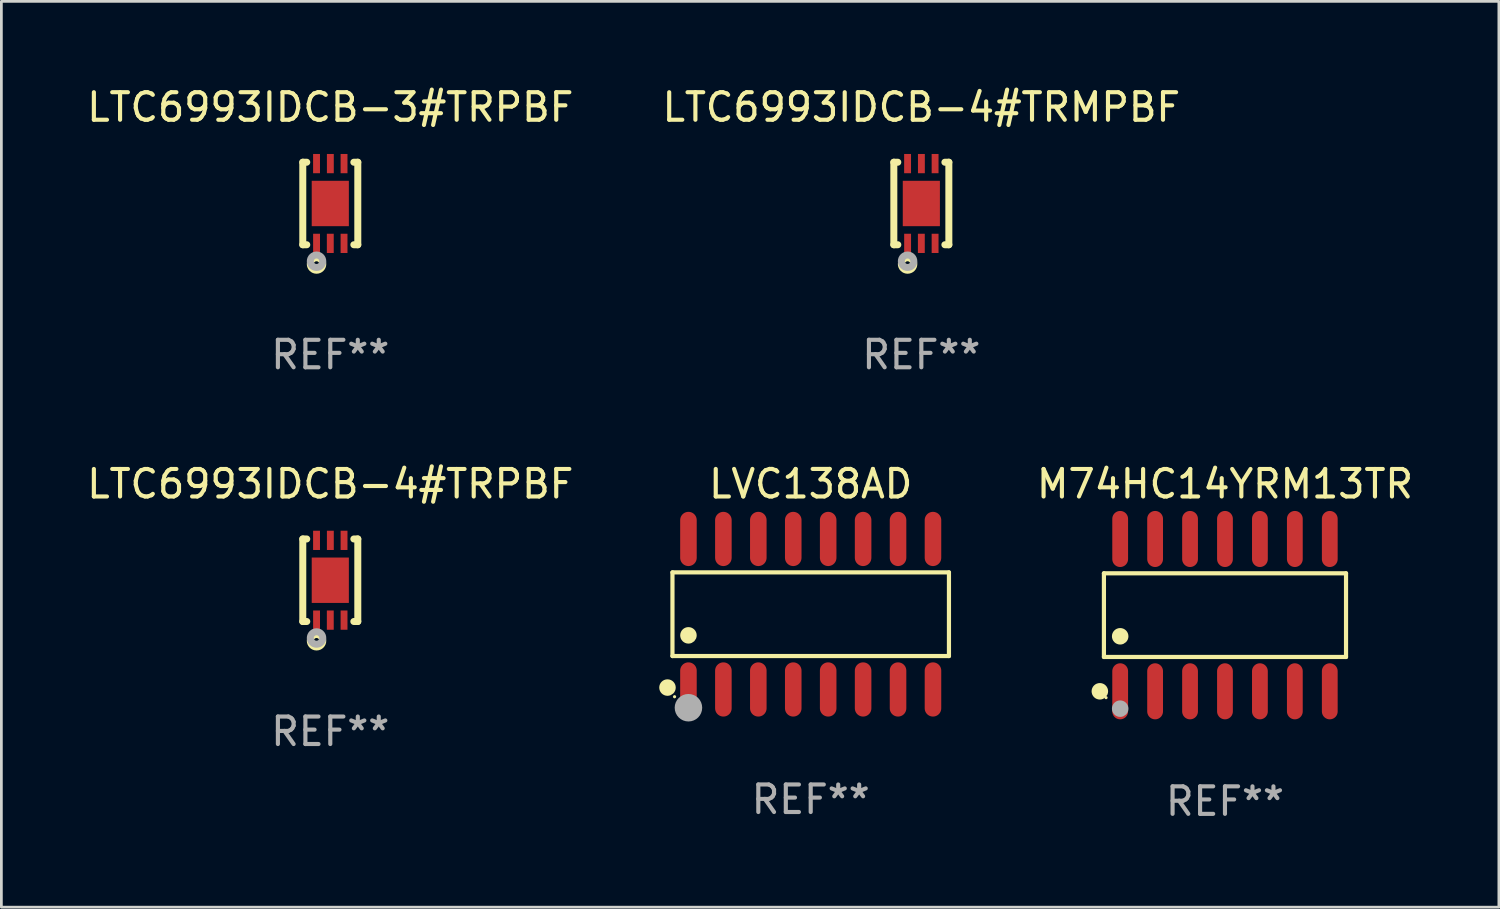
<source format=kicad_pcb>
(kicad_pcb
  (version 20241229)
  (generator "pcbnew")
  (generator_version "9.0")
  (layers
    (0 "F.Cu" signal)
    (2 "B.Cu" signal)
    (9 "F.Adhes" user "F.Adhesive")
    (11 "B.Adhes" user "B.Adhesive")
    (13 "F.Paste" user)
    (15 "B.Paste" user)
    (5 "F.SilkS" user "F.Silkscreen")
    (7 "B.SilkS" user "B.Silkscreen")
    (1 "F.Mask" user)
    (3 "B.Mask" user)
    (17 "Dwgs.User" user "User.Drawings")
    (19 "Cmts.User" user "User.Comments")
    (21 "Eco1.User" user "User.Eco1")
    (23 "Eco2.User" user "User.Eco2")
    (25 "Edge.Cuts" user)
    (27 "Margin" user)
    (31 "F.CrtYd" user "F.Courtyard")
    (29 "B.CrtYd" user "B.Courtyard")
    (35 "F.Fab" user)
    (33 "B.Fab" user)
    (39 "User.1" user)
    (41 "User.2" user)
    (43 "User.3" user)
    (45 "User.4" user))
  (footprint "LTC6993IDCB-4#TRPBF"
    (layer "F.Cu")
    (at 8.958 18.045)
    (property "Reference" "LTC6993IDCB-4#TRPBF" (at 0 -3.5 0) (layer "F.SilkS") (effects (font (size 1 1) (thickness 0.15))))
    (attr through_hole)
    (fp_line (start -1 1.5) (end -1 -1.5) (stroke (width 0.254) (type solid)) (layer "F.SilkS"))
    (fp_line (start -0.856 -1.5) (end -1 -1.5) (stroke (width 0.254) (type solid)) (layer "F.SilkS"))
    (fp_line (start -0.855 1.5) (end -1 1.5) (stroke (width 0.254) (type solid)) (layer "F.SilkS"))
    (fp_line (start 1 -1.5) (end 0.856 -1.5) (stroke (width 0.254) (type solid)) (layer "F.SilkS"))
    (fp_line (start 1 1.5) (end 0.856 1.5) (stroke (width 0.254) (type solid)) (layer "F.SilkS"))
    (fp_line (start 1 1.5) (end 1 -1.5) (stroke (width 0.254) (type solid)) (layer "F.SilkS"))
    (fp_circle (center -1 1.5) (end -0.97 1.5) (stroke (width 0.06) (type solid)) (fill no) (layer "F.SilkS"))
    (fp_circle (center -0.5 2.2) (end -0.4 2.2) (stroke (width 0.254) (type solid)) (fill no) (layer "F.SilkS"))
    (fp_circle (center -0.5 2.1) (end -0.4 2.1) (stroke (width 0.254) (type solid)) (fill no) (layer "F.Fab"))
    (fp_text user "REF**" (at 0 5.5 0) (layer "F.Fab") (effects (font (size 1 1) (thickness 0.15))))
    (pad "1" smd rect (at -0.499 1.45 180) (size 0.25 0.7) (layers "F.Cu" "F.Mask" "F.Paste"))
    (pad "2" smd rect (at 0.000025 1.45 180) (size 0.25 0.7) (layers "F.Cu" "F.Mask" "F.Paste"))
    (pad "3" smd rect (at 0.5 1.45 180) (size 0.25 0.7) (layers "F.Cu" "F.Mask" "F.Paste"))
    (pad "4" smd rect (at 0.5 -1.45 180) (size 0.25 0.7) (layers "F.Cu" "F.Mask" "F.Paste"))
    (pad "5" smd rect (at 0.002 -1.45 180) (size 0.25 0.7) (layers "F.Cu" "F.Mask" "F.Paste"))
    (pad "6" smd rect (at -0.5 -1.45 180) (size 0.25 0.7) (layers "F.Cu" "F.Mask" "F.Paste"))
    (pad "7" smd rect (at 0.000025 0.000038 180) (size 1.35 1.65) (layers "F.Cu" "F.Mask" "F.Paste")))
  (footprint "LVC138AD"
    (layer "F.Cu")
    (at 26.424 19.28)
    (property "Reference" "LVC138AD" (at 0 -4.736 0) (layer "F.SilkS") (effects (font (size 1 1) (thickness 0.15))))
    (attr through_hole)
    (fp_line (start -5.026 -1.521) (end 5.026 -1.521) (stroke (width 0.152) (type solid)) (layer "F.SilkS"))
    (fp_line (start -5.026 1.521) (end -5.026 -1.521) (stroke (width 0.152) (type solid)) (layer "F.SilkS"))
    (fp_line (start 5.026 -1.521) (end 5.026 1.521) (stroke (width 0.152) (type solid)) (layer "F.SilkS"))
    (fp_line (start 5.026 1.521) (end -5.026 1.521) (stroke (width 0.152) (type solid)) (layer "F.SilkS"))
    (fp_circle (center -5.207 2.667) (end -5.057 2.667) (stroke (width 0.3) (type solid)) (fill no) (layer "F.SilkS"))
    (fp_circle (center -4.95 3) (end -4.92 3) (stroke (width 0.06) (type solid)) (fill no) (layer "F.SilkS"))
    (fp_circle (center -4.445 0.769) (end -4.295 0.769) (stroke (width 0.3) (type solid)) (fill no) (layer "F.SilkS"))
    (fp_circle (center -4.445 3.4) (end -4.195 3.4) (stroke (width 0.5) (type solid)) (fill no) (layer "F.Fab"))
    (fp_text user "REF**" (at 0 6.736 0) (layer "F.Fab") (effects (font (size 1 1) (thickness 0.15))))
    (pad "1" smd oval (at -4.445 2.736) (size 0.602 1.971) (layers "F.Cu" "F.Mask" "F.Paste"))
    (pad "2" smd oval (at -3.175 2.736) (size 0.602 1.971) (layers "F.Cu" "F.Mask" "F.Paste"))
    (pad "3" smd oval (at -1.905 2.736) (size 0.602 1.971) (layers "F.Cu" "F.Mask" "F.Paste"))
    (pad "4" smd oval (at -0.635 2.736) (size 0.602 1.971) (layers "F.Cu" "F.Mask" "F.Paste"))
    (pad "5" smd oval (at 0.635 2.736) (size 0.602 1.971) (layers "F.Cu" "F.Mask" "F.Paste"))
    (pad "6" smd oval (at 1.905 2.736) (size 0.602 1.971) (layers "F.Cu" "F.Mask" "F.Paste"))
    (pad "7" smd oval (at 3.175 2.736) (size 0.602 1.971) (layers "F.Cu" "F.Mask" "F.Paste"))
    (pad "8" smd oval (at 4.445 2.736) (size 0.602 1.971) (layers "F.Cu" "F.Mask" "F.Paste"))
    (pad "9" smd oval (at 4.445 -2.736) (size 0.602 1.971) (layers "F.Cu" "F.Mask" "F.Paste"))
    (pad "10" smd oval (at 3.175 -2.736) (size 0.602 1.971) (layers "F.Cu" "F.Mask" "F.Paste"))
    (pad "11" smd oval (at 1.905 -2.736) (size 0.602 1.971) (layers "F.Cu" "F.Mask" "F.Paste"))
    (pad "12" smd oval (at 0.635 -2.736) (size 0.602 1.971) (layers "F.Cu" "F.Mask" "F.Paste"))
    (pad "13" smd oval (at -0.635 -2.736) (size 0.602 1.971) (layers "F.Cu" "F.Mask" "F.Paste"))
    (pad "14" smd oval (at -1.905 -2.736) (size 0.602 1.971) (layers "F.Cu" "F.Mask" "F.Paste"))
    (pad "15" smd oval (at -3.175 -2.736) (size 0.602 1.971) (layers "F.Cu" "F.Mask" "F.Paste"))
    (pad "16" smd oval (at -4.445 -2.736) (size 0.602 1.971) (layers "F.Cu" "F.Mask" "F.Paste")))
  (footprint "LTC6993IDCB-4#TRMPBF"
    (layer "F.Cu")
    (at 30.446 4.348)
    (property "Reference" "LTC6993IDCB-4#TRMPBF" (at 0 -3.5 0) (layer "F.SilkS") (effects (font (size 1 1) (thickness 0.15))))
    (attr through_hole)
    (fp_line (start -1 1.5) (end -1 -1.5) (stroke (width 0.254) (type solid)) (layer "F.SilkS"))
    (fp_line (start -0.856 -1.5) (end -1 -1.5) (stroke (width 0.254) (type solid)) (layer "F.SilkS"))
    (fp_line (start -0.855 1.5) (end -1 1.5) (stroke (width 0.254) (type solid)) (layer "F.SilkS"))
    (fp_line (start 1 -1.5) (end 0.856 -1.5) (stroke (width 0.254) (type solid)) (layer "F.SilkS"))
    (fp_line (start 1 1.5) (end 0.856 1.5) (stroke (width 0.254) (type solid)) (layer "F.SilkS"))
    (fp_line (start 1 1.5) (end 1 -1.5) (stroke (width 0.254) (type solid)) (layer "F.SilkS"))
    (fp_circle (center -1 1.5) (end -0.97 1.5) (stroke (width 0.06) (type solid)) (fill no) (layer "F.SilkS"))
    (fp_circle (center -0.5 2.2) (end -0.4 2.2) (stroke (width 0.254) (type solid)) (fill no) (layer "F.SilkS"))
    (fp_circle (center -0.5 2.1) (end -0.4 2.1) (stroke (width 0.254) (type solid)) (fill no) (layer "F.Fab"))
    (fp_text user "REF**" (at 0 5.5 0) (layer "F.Fab") (effects (font (size 1 1) (thickness 0.15))))
    (pad "1" smd rect (at -0.499 1.45 180) (size 0.25 0.7) (layers "F.Cu" "F.Mask" "F.Paste"))
    (pad "2" smd rect (at 0.000025 1.45 180) (size 0.25 0.7) (layers "F.Cu" "F.Mask" "F.Paste"))
    (pad "3" smd rect (at 0.5 1.45 180) (size 0.25 0.7) (layers "F.Cu" "F.Mask" "F.Paste"))
    (pad "4" smd rect (at 0.5 -1.45 180) (size 0.25 0.7) (layers "F.Cu" "F.Mask" "F.Paste"))
    (pad "5" smd rect (at 0.002 -1.45 180) (size 0.25 0.7) (layers "F.Cu" "F.Mask" "F.Paste"))
    (pad "6" smd rect (at -0.5 -1.45 180) (size 0.25 0.7) (layers "F.Cu" "F.Mask" "F.Paste"))
    (pad "7" smd rect (at 0.000025 0.000038 180) (size 1.35 1.65) (layers "F.Cu" "F.Mask" "F.Paste")))
  (footprint "LTC6993IDCB-3#TRPBF"
    (layer "F.Cu")
    (at 8.958 4.348)
    (property "Reference" "LTC6993IDCB-3#TRPBF" (at 0 -3.5 0) (layer "F.SilkS") (effects (font (size 1 1) (thickness 0.15))))
    (attr through_hole)
    (fp_line (start -1 1.5) (end -1 -1.5) (stroke (width 0.254) (type solid)) (layer "F.SilkS"))
    (fp_line (start -0.856 -1.5) (end -1 -1.5) (stroke (width 0.254) (type solid)) (layer "F.SilkS"))
    (fp_line (start -0.855 1.5) (end -1 1.5) (stroke (width 0.254) (type solid)) (layer "F.SilkS"))
    (fp_line (start 1 -1.5) (end 0.856 -1.5) (stroke (width 0.254) (type solid)) (layer "F.SilkS"))
    (fp_line (start 1 1.5) (end 0.856 1.5) (stroke (width 0.254) (type solid)) (layer "F.SilkS"))
    (fp_line (start 1 1.5) (end 1 -1.5) (stroke (width 0.254) (type solid)) (layer "F.SilkS"))
    (fp_circle (center -1 1.5) (end -0.97 1.5) (stroke (width 0.06) (type solid)) (fill no) (layer "F.SilkS"))
    (fp_circle (center -0.5 2.2) (end -0.4 2.2) (stroke (width 0.254) (type solid)) (fill no) (layer "F.SilkS"))
    (fp_circle (center -0.5 2.1) (end -0.4 2.1) (stroke (width 0.254) (type solid)) (fill no) (layer "F.Fab"))
    (fp_text user "REF**" (at 0 5.5 0) (layer "F.Fab") (effects (font (size 1 1) (thickness 0.15))))
    (pad "1" smd rect (at -0.499 1.45 180) (size 0.25 0.7) (layers "F.Cu" "F.Mask" "F.Paste"))
    (pad "2" smd rect (at 0.000025 1.45 180) (size 0.25 0.7) (layers "F.Cu" "F.Mask" "F.Paste"))
    (pad "3" smd rect (at 0.5 1.45 180) (size 0.25 0.7) (layers "F.Cu" "F.Mask" "F.Paste"))
    (pad "4" smd rect (at 0.5 -1.45 180) (size 0.25 0.7) (layers "F.Cu" "F.Mask" "F.Paste"))
    (pad "5" smd rect (at 0.002 -1.45 180) (size 0.25 0.7) (layers "F.Cu" "F.Mask" "F.Paste"))
    (pad "6" smd rect (at -0.5 -1.45 180) (size 0.25 0.7) (layers "F.Cu" "F.Mask" "F.Paste"))
    (pad "7" smd rect (at 0.000025 0.000038 180) (size 1.35 1.65) (layers "F.Cu" "F.Mask" "F.Paste")))
  (footprint "M74HC14YRM13TR"
    (layer "F.Cu")
    (at 41.485 19.314)
    (property "Reference" "M74HC14YRM13TR" (at 0 -4.769 0) (layer "F.SilkS") (effects (font (size 1 1) (thickness 0.15))))
    (attr through_hole)
    (fp_line (start -4.401 -1.521) (end 4.401 -1.521) (stroke (width 0.152) (type solid)) (layer "F.SilkS"))
    (fp_line (start -4.401 1.521) (end -4.401 -1.521) (stroke (width 0.152) (type solid)) (layer "F.SilkS"))
    (fp_line (start 4.401 -1.521) (end 4.401 1.521) (stroke (width 0.152) (type solid)) (layer "F.SilkS"))
    (fp_line (start 4.401 1.521) (end -4.401 1.521) (stroke (width 0.152) (type solid)) (layer "F.SilkS"))
    (fp_circle (center -4.549 2.769) (end -4.399 2.769) (stroke (width 0.3) (type solid)) (fill no) (layer "F.SilkS"))
    (fp_circle (center -4.325 3) (end -4.295 3) (stroke (width 0.06) (type solid)) (fill no) (layer "F.SilkS"))
    (fp_circle (center -3.81 0.769) (end -3.66 0.769) (stroke (width 0.3) (type solid)) (fill no) (layer "F.SilkS"))
    (fp_circle (center -3.81 3.4) (end -3.66 3.4) (stroke (width 0.3) (type solid)) (fill no) (layer "F.Fab"))
    (fp_text user "REF**" (at 0 6.769 0) (layer "F.Fab") (effects (font (size 1 1) (thickness 0.15))))
    (pad "1" smd oval (at -3.81 2.769) (size 0.574 2.038) (layers "F.Cu" "F.Mask" "F.Paste"))
    (pad "2" smd oval (at -2.54 2.769) (size 0.574 2.038) (layers "F.Cu" "F.Mask" "F.Paste"))
    (pad "3" smd oval (at -1.27 2.769) (size 0.574 2.038) (layers "F.Cu" "F.Mask" "F.Paste"))
    (pad "4" smd oval (at 0 2.769) (size 0.574 2.038) (layers "F.Cu" "F.Mask" "F.Paste"))
    (pad "5" smd oval (at 1.27 2.769) (size 0.574 2.038) (layers "F.Cu" "F.Mask" "F.Paste"))
    (pad "6" smd oval (at 2.54 2.769) (size 0.574 2.038) (layers "F.Cu" "F.Mask" "F.Paste"))
    (pad "7" smd oval (at 3.81 2.769) (size 0.574 2.038) (layers "F.Cu" "F.Mask" "F.Paste"))
    (pad "8" smd oval (at 3.81 -2.769) (size 0.574 2.038) (layers "F.Cu" "F.Mask" "F.Paste"))
    (pad "9" smd oval (at 2.54 -2.769) (size 0.574 2.038) (layers "F.Cu" "F.Mask" "F.Paste"))
    (pad "10" smd oval (at 1.27 -2.769) (size 0.574 2.038) (layers "F.Cu" "F.Mask" "F.Paste"))
    (pad "11" smd oval (at 0 -2.769) (size 0.574 2.038) (layers "F.Cu" "F.Mask" "F.Paste"))
    (pad "12" smd oval (at -1.27 -2.769) (size 0.574 2.038) (layers "F.Cu" "F.Mask" "F.Paste"))
    (pad "13" smd oval (at -2.54 -2.769) (size 0.574 2.038) (layers "F.Cu" "F.Mask" "F.Paste"))
    (pad "14" smd oval (at -3.81 -2.769) (size 0.574 2.038) (layers "F.Cu" "F.Mask" "F.Paste")))
  (gr_rect
    (start -3 -3)
    (end 51.443 29.931)
    (stroke (width 0.1) (type default))
    (fill no)
    (layer "Edge.Cuts")))
</source>
